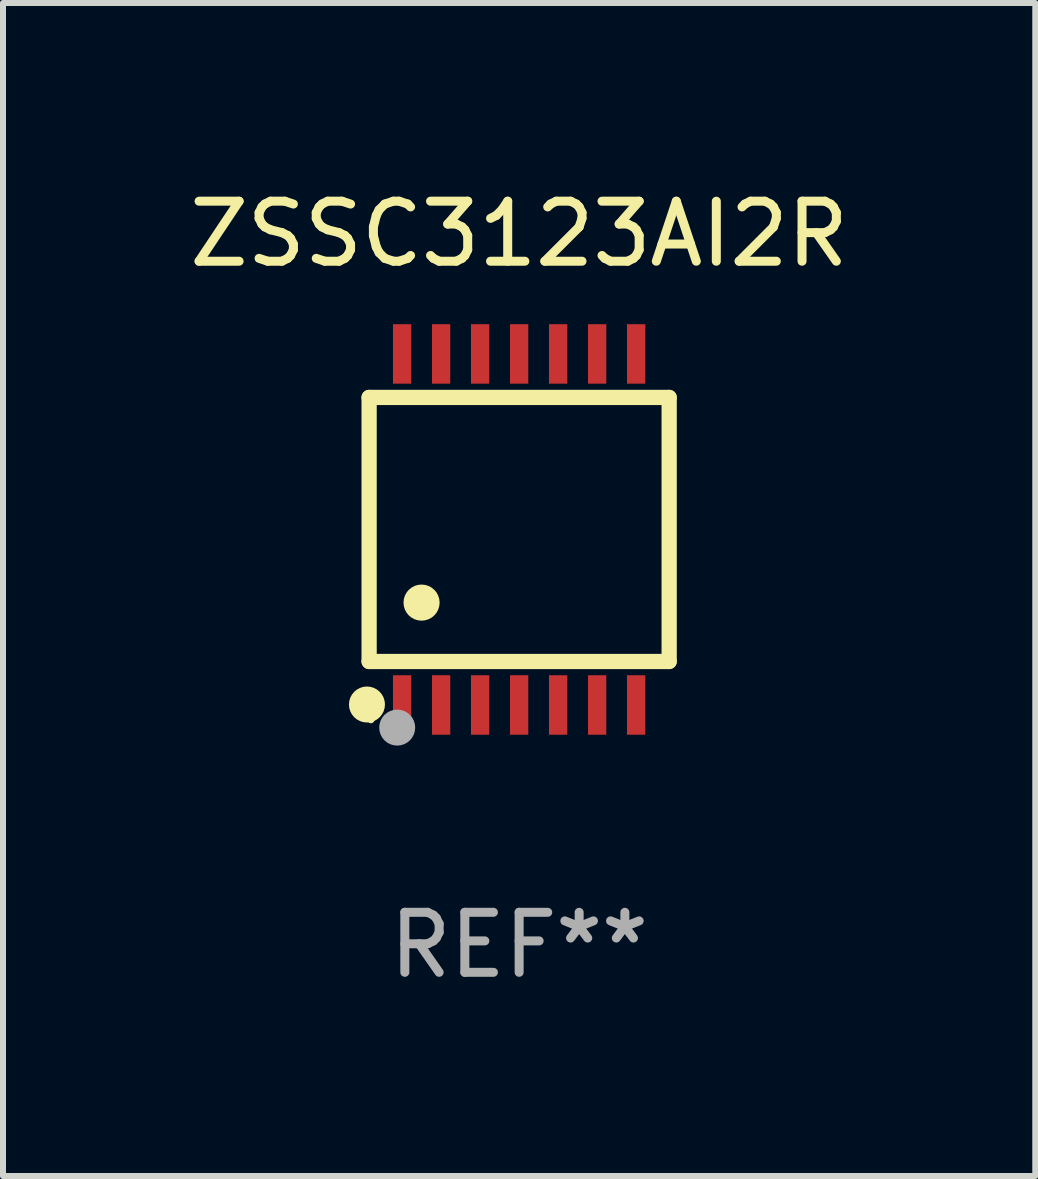
<source format=kicad_pcb>
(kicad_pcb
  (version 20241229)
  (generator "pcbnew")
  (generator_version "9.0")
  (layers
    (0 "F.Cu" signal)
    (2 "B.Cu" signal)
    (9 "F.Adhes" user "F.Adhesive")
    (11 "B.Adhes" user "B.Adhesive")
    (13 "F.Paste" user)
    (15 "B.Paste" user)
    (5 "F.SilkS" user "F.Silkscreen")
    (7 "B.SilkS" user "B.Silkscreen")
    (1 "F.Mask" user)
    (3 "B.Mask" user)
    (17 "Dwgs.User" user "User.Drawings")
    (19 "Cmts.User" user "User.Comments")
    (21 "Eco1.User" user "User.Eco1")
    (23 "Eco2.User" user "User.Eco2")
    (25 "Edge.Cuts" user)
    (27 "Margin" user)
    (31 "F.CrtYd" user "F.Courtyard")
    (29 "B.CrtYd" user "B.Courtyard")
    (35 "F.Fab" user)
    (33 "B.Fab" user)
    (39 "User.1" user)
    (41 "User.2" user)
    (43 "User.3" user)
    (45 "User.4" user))
  (footprint "ZSSC3123AI2R"
    (layer "F.Cu")
    (at 5.601 5.773)
    (property "Reference" "ZSSC3123AI2R" (at 0 -4.925 0) (layer "F.SilkS") (effects (font (size 1 1) (thickness 0.15))))
    (attr through_hole)
    (fp_line (start -2.5 2.2) (end -2.5 -2.2) (stroke (width 0.254) (type solid)) (layer "F.SilkS"))
    (fp_line (start -2.5 2.2) (end 2.5 2.2) (stroke (width 0.254) (type solid)) (layer "F.SilkS"))
    (fp_line (start 2.5 -2.2) (end -2.5 -2.2) (stroke (width 0.254) (type solid)) (layer "F.SilkS"))
    (fp_line (start 2.5 -2.2) (end 2.5 2.2) (stroke (width 0.254) (type solid)) (layer "F.SilkS"))
    (fp_circle (center -2.536 2.917) (end -2.386 2.917) (stroke (width 0.3) (type solid)) (fill no) (layer "F.SilkS"))
    (fp_circle (center -2.47 3.17) (end -2.44 3.17) (stroke (width 0.06) (type solid)) (fill no) (layer "F.SilkS"))
    (fp_circle (center -1.626 1.219) (end -1.475 1.219) (stroke (width 0.3) (type solid)) (fill no) (layer "F.SilkS"))
    (fp_circle (center -2.032 3.302) (end -1.882 3.302) (stroke (width 0.3) (type solid)) (fill no) (layer "F.Fab"))
    (fp_text user "REF**" (at 0 6.925 0) (layer "F.Fab") (effects (font (size 1 1) (thickness 0.15))))
    (pad "1" smd rect (at -1.95 2.925) (size 0.305 0.991) (layers "F.Cu" "F.Mask" "F.Paste"))
    (pad "2" smd rect (at -1.3 2.925) (size 0.305 0.991) (layers "F.Cu" "F.Mask" "F.Paste"))
    (pad "3" smd rect (at -0.65 2.925) (size 0.305 0.991) (layers "F.Cu" "F.Mask" "F.Paste"))
    (pad "4" smd rect (at 0 2.925) (size 0.305 0.991) (layers "F.Cu" "F.Mask" "F.Paste"))
    (pad "5" smd rect (at 0.65 2.925) (size 0.305 0.991) (layers "F.Cu" "F.Mask" "F.Paste"))
    (pad "6" smd rect (at 1.3 2.925) (size 0.305 0.991) (layers "F.Cu" "F.Mask" "F.Paste"))
    (pad "7" smd rect (at 1.95 2.925) (size 0.305 0.991) (layers "F.Cu" "F.Mask" "F.Paste"))
    (pad "8" smd rect (at 1.95 -2.925) (size 0.305 0.991) (layers "F.Cu" "F.Mask" "F.Paste"))
    (pad "9" smd rect (at 1.3 -2.925) (size 0.305 0.991) (layers "F.Cu" "F.Mask" "F.Paste"))
    (pad "10" smd rect (at 0.65 -2.925) (size 0.305 0.991) (layers "F.Cu" "F.Mask" "F.Paste"))
    (pad "11" smd rect (at 0 -2.925) (size 0.305 0.991) (layers "F.Cu" "F.Mask" "F.Paste"))
    (pad "12" smd rect (at -0.65 -2.925) (size 0.305 0.991) (layers "F.Cu" "F.Mask" "F.Paste"))
    (pad "13" smd rect (at -1.3 -2.925) (size 0.305 0.991) (layers "F.Cu" "F.Mask" "F.Paste"))
    (pad "14" smd rect (at -1.95 -2.925) (size 0.305 0.991) (layers "F.Cu" "F.Mask" "F.Paste")))
  (gr_rect
    (start -3 -3)
    (end 14.202 16.547)
    (stroke (width 0.1) (type default))
    (fill no)
    (layer "Edge.Cuts")))
</source>
